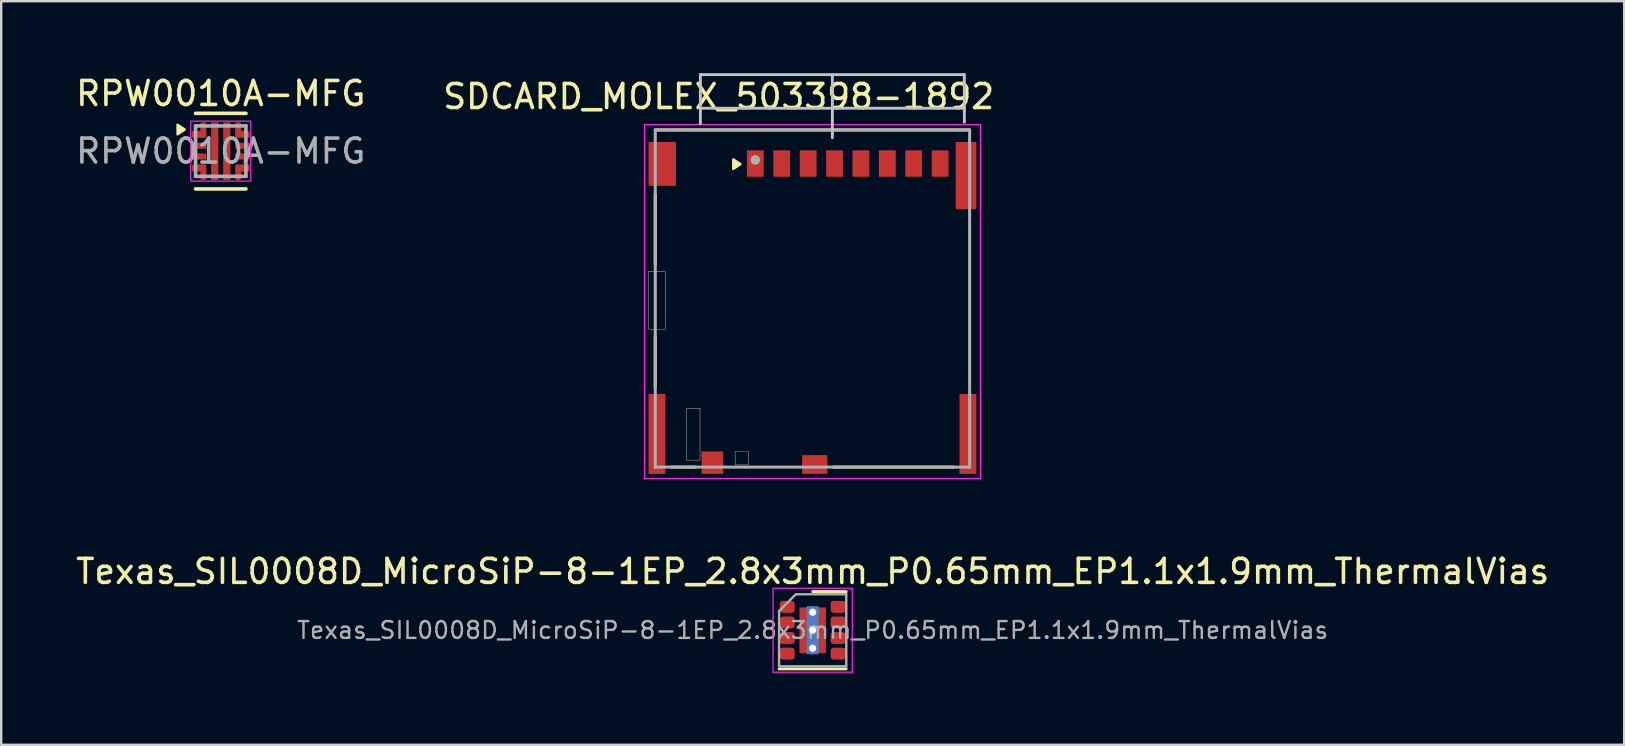
<source format=kicad_pcb>
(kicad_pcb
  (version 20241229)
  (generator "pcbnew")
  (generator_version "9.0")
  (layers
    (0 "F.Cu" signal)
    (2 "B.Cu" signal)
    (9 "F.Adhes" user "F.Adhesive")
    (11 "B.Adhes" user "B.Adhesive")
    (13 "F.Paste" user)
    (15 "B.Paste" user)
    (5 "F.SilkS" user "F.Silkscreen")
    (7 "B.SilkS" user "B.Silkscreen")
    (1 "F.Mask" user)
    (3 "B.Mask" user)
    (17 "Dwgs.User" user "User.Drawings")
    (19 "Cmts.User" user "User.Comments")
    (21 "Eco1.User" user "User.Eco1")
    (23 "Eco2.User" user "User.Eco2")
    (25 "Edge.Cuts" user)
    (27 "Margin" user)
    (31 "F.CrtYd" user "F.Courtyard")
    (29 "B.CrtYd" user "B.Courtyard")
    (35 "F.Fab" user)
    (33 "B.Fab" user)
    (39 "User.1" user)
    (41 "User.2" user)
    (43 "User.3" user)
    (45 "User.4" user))
  (footprint "SDCARD_MOLEX_503398-1892"
    (layer "F.Cu")
    (at 30.806 9.39)
    (property "Reference" "SDCARD_MOLEX_503398-1892" (at -3.908 -8.416 0) (layer "F.SilkS") (effects (font (size 1 1) (thickness 0.15))))
    (attr through_hole)
    (fp_line (start -6.55 -7.025) (end 6.55 -7.025) (stroke (width 0.127) (type solid)) (layer "F.SilkS"))
    (fp_line (start -6.55 -4.325) (end -6.55 -1.425) (stroke (width 0.127) (type solid)) (layer "F.SilkS"))
    (fp_line (start -6.55 1.575) (end -6.55 3.675) (stroke (width 0.127) (type solid)) (layer "F.SilkS"))
    (fp_line (start -5.876 7.025) (end -4.874 7.025) (stroke (width 0.127) (type solid)) (layer "F.SilkS"))
    (fp_line (start 0.874 7.025) (end 5.876 7.025) (stroke (width 0.127) (type solid)) (layer "F.SilkS"))
    (fp_poly (pts (xy -3.3 -5.8) (xy -3.3 -5.4) (xy -3 -5.6)) (stroke (width 0.1) (type solid)) (fill yes) (layer "F.SilkS"))
    (fp_line (start -4.67 -9.33) (end -4.67 -7.28) (stroke (width 0.12) (type solid)) (layer "Dwgs.User"))
    (fp_line (start -4.67 -9.33) (end 6.33 -9.33) (stroke (width 0.12) (type solid)) (layer "Dwgs.User"))
    (fp_line (start -4.67 -7.93) (end 6.33 -7.93) (stroke (width 0.12) (type solid)) (layer "Dwgs.User"))
    (fp_line (start 0.83 -6.7) (end 0.83 -9.33) (stroke (width 0.12) (type solid)) (layer "Dwgs.User"))
    (fp_line (start 6.33 -9.33) (end 6.33 -7.35) (stroke (width 0.12) (type solid)) (layer "Dwgs.User"))
    (fp_poly (pts (xy -6.842 -1.125) (xy -6.13 -1.125) (xy -6.13 1.277) (xy -6.842 1.277)) (stroke (width 0.01) (type solid)) (fill no) (layer "Dwgs.User"))
    (fp_poly (pts (xy -6.836 -1.125) (xy -6.13 -1.125) (xy -6.13 1.276) (xy -6.836 1.276)) (stroke (width 0.01) (type solid)) (fill no) (layer "Dwgs.User"))
    (fp_poly (pts (xy -5.245 4.575) (xy -4.685 4.575) (xy -4.685 6.738) (xy -5.245 6.738)) (stroke (width 0.01) (type solid)) (fill no) (layer "Dwgs.User"))
    (fp_poly (pts (xy -5.239 4.575) (xy -4.685 4.575) (xy -4.685 6.73) (xy -5.239 6.73)) (stroke (width 0.01) (type solid)) (fill no) (layer "Dwgs.User"))
    (fp_poly (pts (xy -3.225 6.375) (xy -2.67 6.375) (xy -2.67 6.937) (xy -3.225 6.937)) (stroke (width 0.01) (type solid)) (fill no) (layer "Dwgs.User"))
    (fp_poly (pts (xy -3.223 6.375) (xy -2.67 6.375) (xy -2.67 6.93) (xy -3.223 6.93)) (stroke (width 0.01) (type solid)) (fill no) (layer "Dwgs.User"))
    (fp_poly (pts (xy -3.17 -3.725) (xy -3.17 1.275) (xy -3.82 1.275) (xy -3.82 3.875) (xy 0.57 3.875) (xy 0.57 5.125) (xy -1.73 5.125) (xy -1.73 7.305) (xy -0.43 7.305) (xy -0.43 6.525) (xy 6.13 6.525) (xy 6.13 3.975) (xy 6.83 3.975) (xy 6.83 -3.725)) (stroke (width 0.0001) (type solid)) (fill no) (layer "Dwgs.User"))
    (fp_poly (pts (xy -3.17 -3.725) (xy -3.17 1.275) (xy -3.82 1.275) (xy -3.82 3.875) (xy 0.57 3.875) (xy 0.57 5.125) (xy -1.73 5.125) (xy -1.73 7.305) (xy -0.43 7.305) (xy -0.43 6.525) (xy 6.13 6.525) (xy 6.13 3.975) (xy 6.83 3.975) (xy 6.83 -3.725)) (stroke (width 0.0001) (type solid)) (fill no) (layer "Dwgs.User"))
    (fp_line (start -7 -7.25) (end 7 -7.25) (stroke (width 0.05) (type solid)) (layer "F.CrtYd"))
    (fp_line (start -7 7.5) (end -7 -7.25) (stroke (width 0.05) (type solid)) (layer "F.CrtYd"))
    (fp_line (start 7 -7.25) (end 7 7.5) (stroke (width 0.05) (type solid)) (layer "F.CrtYd"))
    (fp_line (start 7 7.5) (end -7 7.5) (stroke (width 0.05) (type solid)) (layer "F.CrtYd"))
    (fp_line (start -6.55 -7.025) (end 6.55 -7.025) (stroke (width 0.127) (type solid)) (layer "F.Fab"))
    (fp_line (start -6.55 7.025) (end -6.55 -7.025) (stroke (width 0.127) (type solid)) (layer "F.Fab"))
    (fp_line (start 6.55 -7.025) (end 6.55 7.025) (stroke (width 0.127) (type solid)) (layer "F.Fab"))
    (fp_line (start 6.55 7.025) (end -6.55 7.025) (stroke (width 0.127) (type solid)) (layer "F.Fab"))
    (fp_circle (center -2.38 -5.775) (end -2.28 -5.775) (stroke (width 0.2) (type solid)) (fill no) (layer "F.Fab"))
    (pad "1" smd rect (at -2.38 -5.625) (size 0.7 1.1) (layers "F.Cu" "F.Mask" "F.Paste"))
    (pad "2" smd rect (at -1.28 -5.625) (size 0.7 1.1) (layers "F.Cu" "F.Mask" "F.Paste"))
    (pad "3" smd rect (at -0.18 -5.625) (size 0.7 1.1) (layers "F.Cu" "F.Mask" "F.Paste"))
    (pad "4" smd rect (at 0.92 -5.625) (size 0.7 1.1) (layers "F.Cu" "F.Mask" "F.Paste"))
    (pad "5" smd rect (at 2.02 -5.625) (size 0.7 1.1) (layers "F.Cu" "F.Mask" "F.Paste"))
    (pad "6" smd rect (at 3.12 -5.625) (size 0.7 1.1) (layers "F.Cu" "F.Mask" "F.Paste"))
    (pad "7" smd rect (at 4.22 -5.625) (size 0.7 1.1) (layers "F.Cu" "F.Mask" "F.Paste"))
    (pad "8" smd rect (at 5.32 -5.625) (size 0.7 1.1) (layers "F.Cu" "F.Mask" "F.Paste"))
    (pad "9" smd rect (at -4.17 6.84) (size 0.9 0.93) (layers "F.Cu" "F.Mask" "F.Paste"))
    (pad "10" smd rect (at 0.095 6.915) (size 1.05 0.78) (layers "F.Cu" "F.Mask" "F.Paste"))
    (pad "11" smd rect (at -6.48 5.64) (size 0.7 3.33) (layers "F.Cu" "F.Mask" "F.Paste"))
    (pad "11" smd rect (at -6.26 -5.61) (size 1.14 1.83) (layers "F.Cu" "F.Mask" "F.Paste"))
    (pad "11" smd rect (at 6.4 -5.125) (size 0.86 2.8) (layers "F.Cu" "F.Mask" "F.Paste"))
    (pad "11" smd rect (at 6.48 5.64) (size 0.7 3.33) (layers "F.Cu" "F.Mask" "F.Paste")))
  (footprint "RPW0010A-MFG"
    (layer "F.Cu")
    (at 6.149 3.248)
    (property "Reference" "RPW0010A-MFG" (at 0 -2.4 0) (unlocked yes) (layer "F.SilkS") (effects (font (size 1 1) (thickness 0.15))))
    (attr smd)
    (fp_poly (pts (xy -0.85 0.85) (xy -1.15 0.85) (xy -1.2 0.8) (xy -1.2 0.6) (xy -1.15 0.55) (xy -0.65 0.55) (xy -0.6 0.6) (xy -0.6 1.15) (xy -0.65 1.2) (xy -0.8 1.2) (xy -0.85 1.15)) (stroke (width 0) (type solid)) (fill yes) (layer "F.Mask"))
    (fp_poly (pts (xy 0.85 -0.85) (xy 1.15 -0.85) (xy 1.2 -0.8) (xy 1.2 -0.6) (xy 1.15 -0.55) (xy 0.65 -0.55) (xy 0.6 -0.6) (xy 0.6 -1.15) (xy 0.65 -1.2) (xy 0.8 -1.2) (xy 0.85 -1.15)) (stroke (width 0) (type solid)) (fill yes) (layer "F.Mask"))
    (fp_line (start -1.05 -1.575) (end 1.05 -1.575) (stroke (width 0.15) (type solid)) (layer "F.SilkS"))
    (fp_line (start -1.05 1.575) (end 1.05 1.575) (stroke (width 0.15) (type solid)) (layer "F.SilkS"))
    (fp_poly (pts (xy -1.8 -1.1) (xy -1.8 -0.7) (xy -1.5 -0.9)) (stroke (width 0.1) (type solid)) (fill yes) (layer "F.SilkS"))
    (fp_poly (pts (xy -0.34 1.16) (xy -0.39 1.11) (xy -0.39 0.15) (xy -0.34 0.1) (xy -0.16 0.1) (xy -0.11 0.15) (xy -0.11 1.11) (xy -0.16 1.16)) (stroke (width 0) (type solid)) (fill yes) (layer "F.Paste"))
    (fp_poly (pts (xy -0.11 -1.11) (xy -0.11 -0.15) (xy -0.16 -0.1) (xy -0.34 -0.1) (xy -0.39 -0.15) (xy -0.39 -1.11) (xy -0.34 -1.16) (xy -0.16 -1.16)) (stroke (width 0) (type solid)) (fill yes) (layer "F.Paste"))
    (fp_poly (pts (xy 0.39 -0.15) (xy 0.34 -0.1) (xy 0.16 -0.1) (xy 0.11 -0.15) (xy 0.11 -1.11) (xy 0.16 -1.16) (xy 0.34 -1.16) (xy 0.39 -1.11)) (stroke (width 0) (type solid)) (fill yes) (layer "F.Paste"))
    (fp_poly (pts (xy 0.39 1.11) (xy 0.34 1.16) (xy 0.16 1.16) (xy 0.11 1.11) (xy 0.11 0.15) (xy 0.16 0.1) (xy 0.34 0.1) (xy 0.39 0.15)) (stroke (width 0) (type solid)) (fill yes) (layer "F.Paste"))
    (fp_poly (pts (xy -0.825 -0.825) (xy -0.825 -1.15) (xy -0.775 -1.2) (xy -0.65 -1.2) (xy -0.6 -1.15) (xy -0.6 -0.6) (xy -0.65 -0.55) (xy -1.15 -0.55) (xy -1.2 -0.6) (xy -1.2 -0.775) (xy -1.15 -0.825)) (stroke (width 0) (type solid)) (fill yes) (layer "F.Paste"))
    (fp_poly (pts (xy -0.825 0.825) (xy -0.825 1.15) (xy -0.775 1.2) (xy -0.65 1.2) (xy -0.6 1.15) (xy -0.6 0.6) (xy -0.65 0.55) (xy -1.15 0.55) (xy -1.2 0.6) (xy -1.2 0.775) (xy -1.15 0.825)) (stroke (width 0) (type solid)) (fill yes) (layer "F.Paste"))
    (fp_poly (pts (xy 0.825 -0.825) (xy 0.825 -1.15) (xy 0.775 -1.2) (xy 0.65 -1.2) (xy 0.6 -1.15) (xy 0.6 -0.6) (xy 0.65 -0.55) (xy 1.15 -0.55) (xy 1.2 -0.6) (xy 1.2 -0.775) (xy 1.15 -0.825)) (stroke (width 0) (type solid)) (fill yes) (layer "F.Paste"))
    (fp_poly (pts (xy 0.825 0.825) (xy 0.825 1.15) (xy 0.775 1.2) (xy 0.65 1.2) (xy 0.6 1.15) (xy 0.6 0.6) (xy 0.65 0.55) (xy 1.15 0.55) (xy 1.2 0.6) (xy 1.2 0.775) (xy 1.15 0.825)) (stroke (width 0) (type solid)) (fill yes) (layer "F.Paste"))
    (fp_rect (start -1.25 -1.25) (end 1.25 1.25) (stroke (width 0.05) (type default)) (fill no) (layer "F.CrtYd"))
    (fp_line (start -1.05 -1.05) (end 1.05 -1.05) (stroke (width 0.15) (type solid)) (layer "F.Fab"))
    (fp_line (start -1.05 1.05) (end -1.05 -1.05) (stroke (width 0.15) (type solid)) (layer "F.Fab"))
    (fp_line (start -1.05 1.05) (end 1.05 1.05) (stroke (width 0.15) (type solid)) (layer "F.Fab"))
    (fp_line (start 1.05 1.05) (end 1.05 -1.05) (stroke (width 0.15) (type solid)) (layer "F.Fab"))
    (fp_text user "${REFERENCE}" (at 0 0 0) (unlocked yes) (layer "F.Fab") (effects (font (size 1 1) (thickness 0.15))))
    (pad "1" smd custom (at -0.75 -0.7) (size 0.27 0.27) (layers "F.Cu" "F.Mask") (options (anchor circle)) (primitives (gr_poly (pts (xy -0.1 -0.15) (xy -0.1 -0.45) (xy -0.05 -0.5) (xy 0.1 -0.5) (xy 0.15 -0.45) (xy 0.15 0.1) (xy 0.1 0.15) (xy -0.4 0.15) (xy -0.45 0.1) (xy -0.45 -0.1) (xy -0.4 -0.15)) (width 0) (fill yes))))
    (pad "2" smd rect (at -0.9 -0.225) (size 0.6 0.25) (layers "F.Cu" "F.Mask" "F.Paste"))
    (pad "3" smd rect (at -0.9 0.225) (size 0.6 0.25) (layers "F.Cu" "F.Mask" "F.Paste"))
    (pad "4" smd custom (at -0.75 0.75) (size 0.255 0.255) (layers "F.Cu" "F.Mask") (options (anchor circle)) (primitives (gr_poly (pts (xy -0.1 0.1) (xy -0.1 0.4) (xy -0.05 0.45) (xy 0.1 0.45) (xy 0.15 0.4) (xy 0.15 -0.15) (xy 0.1 -0.2) (xy -0.4 -0.2) (xy -0.45 -0.15) (xy -0.45 0.05) (xy -0.4 0.1)) (width 0) (fill yes))))
    (pad "5" smd rect (at -0.25 0) (size 0.3 2.4) (layers "F.Cu" "F.Mask"))
    (pad "6" smd rect (at 0.25 0) (size 0.3 2.4) (layers "F.Cu" "F.Mask"))
    (pad "7" smd custom (at 0.75 0.75) (size 0.255 0.255) (layers "F.Cu" "F.Mask") (options (anchor circle)) (primitives (gr_poly (pts (xy 0.1 0.1) (xy 0.1 0.4) (xy 0.05 0.45) (xy -0.1 0.45) (xy -0.15 0.4) (xy -0.15 -0.15) (xy -0.1 -0.2) (xy 0.4 -0.2) (xy 0.45 -0.15) (xy 0.45 0.05) (xy 0.4 0.1)) (width 0) (fill yes))))
    (pad "8" smd rect (at 0.9 0.225) (size 0.6 0.25) (layers "F.Cu" "F.Mask" "F.Paste"))
    (pad "9" smd rect (at 0.9 -0.225) (size 0.6 0.25) (layers "F.Cu" "F.Mask" "F.Paste"))
    (pad "10" smd custom (at 0.75 -0.7) (size 0.27 0.27) (layers "F.Cu" "F.Mask") (options (anchor circle)) (primitives (gr_poly (pts (xy 0.1 -0.15) (xy 0.1 -0.45) (xy 0.05 -0.5) (xy -0.1 -0.5) (xy -0.15 -0.45) (xy -0.15 0.1) (xy -0.1 0.15) (xy 0.4 0.15) (xy 0.45 0.1) (xy 0.45 -0.1) (xy 0.4 -0.15)) (width 0) (fill yes)))))
  (footprint "Texas_SIL0008D_MicroSiP-8-1EP_2.8x3mm_P0.65mm_EP1.1x1.9mm_ThermalVias"
    (layer "F.Cu")
    (at 30.815 23.213)
    (property "Reference" "Texas_SIL0008D_MicroSiP-8-1EP_2.8x3mm_P0.65mm_EP1.1x1.9mm_ThermalVias" (at 0 -2.45 0) (layer "F.SilkS") (effects (font (size 1 1) (thickness 0.15))))
    (attr smd)
    (fp_line (start -1.4 1.61) (end 1.4 1.61) (stroke (width 0.12) (type solid)) (layer "F.SilkS"))
    (fp_line (start 0 -1.61) (end 1.4 -1.61) (stroke (width 0.12) (type solid)) (layer "F.SilkS"))
    (fp_line (start -1.65 -1.75) (end -1.65 1.75) (stroke (width 0.05) (type solid)) (layer "F.CrtYd"))
    (fp_line (start -1.65 1.75) (end 1.65 1.75) (stroke (width 0.05) (type solid)) (layer "F.CrtYd"))
    (fp_line (start 1.65 -1.75) (end -1.65 -1.75) (stroke (width 0.05) (type solid)) (layer "F.CrtYd"))
    (fp_line (start 1.65 1.75) (end 1.65 -1.75) (stroke (width 0.05) (type solid)) (layer "F.CrtYd"))
    (fp_line (start -1.4 -0.8) (end -0.7 -1.5) (stroke (width 0.1) (type solid)) (layer "F.Fab"))
    (fp_line (start -1.4 1.5) (end -1.4 -0.8) (stroke (width 0.1) (type solid)) (layer "F.Fab"))
    (fp_line (start -0.7 -1.5) (end 1.4 -1.5) (stroke (width 0.1) (type solid)) (layer "F.Fab"))
    (fp_line (start 1.4 -1.5) (end 1.4 1.5) (stroke (width 0.1) (type solid)) (layer "F.Fab"))
    (fp_line (start 1.4 1.5) (end -1.4 1.5) (stroke (width 0.1) (type solid)) (layer "F.Fab"))
    (fp_text user "${REFERENCE}" (at 0 0 0) (layer "F.Fab") (effects (font (size 0.7 0.7) (thickness 0.1))))
    (pad "" smd roundrect (at 0 -0.63) (size 0.95 0.55) (layers "F.Paste") (roundrect_rratio 0.25))
    (pad "" smd roundrect (at 0 0) (size 0.95 0.55) (layers "F.Paste") (roundrect_rratio 0.25))
    (pad "" smd roundrect (at 0 0.63) (size 0.95 0.55) (layers "F.Paste") (roundrect_rratio 0.25))
    (pad "1" smd roundrect (at -1.062 -0.975) (size 0.625 0.5) (layers "F.Cu" "F.Mask" "F.Paste") (roundrect_rratio 0.25))
    (pad "2" smd roundrect (at -1.062 -0.325) (size 0.625 0.5) (layers "F.Cu" "F.Mask" "F.Paste") (roundrect_rratio 0.25))
    (pad "3" smd roundrect (at -1.062 0.325) (size 0.625 0.5) (layers "F.Cu" "F.Mask" "F.Paste") (roundrect_rratio 0.25))
    (pad "4" smd roundrect (at -1.062 0.975) (size 0.625 0.5) (layers "F.Cu" "F.Mask" "F.Paste") (roundrect_rratio 0.25))
    (pad "5" smd roundrect (at 1.062 0.975) (size 0.625 0.5) (layers "F.Cu" "F.Mask" "F.Paste") (roundrect_rratio 0.25))
    (pad "6" smd roundrect (at 1.062 0.325) (size 0.625 0.5) (layers "F.Cu" "F.Mask" "F.Paste") (roundrect_rratio 0.25))
    (pad "7" smd roundrect (at 1.062 -0.325) (size 0.625 0.5) (layers "F.Cu" "F.Mask" "F.Paste") (roundrect_rratio 0.25))
    (pad "8" smd roundrect (at 1.062 -0.975) (size 0.625 0.5) (layers "F.Cu" "F.Mask" "F.Paste") (roundrect_rratio 0.25))
    (pad "9" thru_hole circle (at 0 -0.75) (size 0.5 0.5) (drill 0.3) (layers "*.Cu"))
    (pad "9" thru_hole circle (at 0 0) (size 0.5 0.5) (drill 0.3) (layers "*.Cu"))
    (pad "9" smd rect (at 0 0) (size 0.5 2) (layers "B.Cu"))
    (pad "9" smd rect (at 0 0) (size 1.1 1.9) (layers "F.Cu" "F.Mask"))
    (pad "9" thru_hole circle (at 0 0.75) (size 0.5 0.5) (drill 0.3) (layers "*.Cu")))
  (gr_rect
    (start -3 -3)
    (end 64.631 27.988)
    (stroke (width 0.1) (type default))
    (fill no)
    (layer "Edge.Cuts")))
</source>
